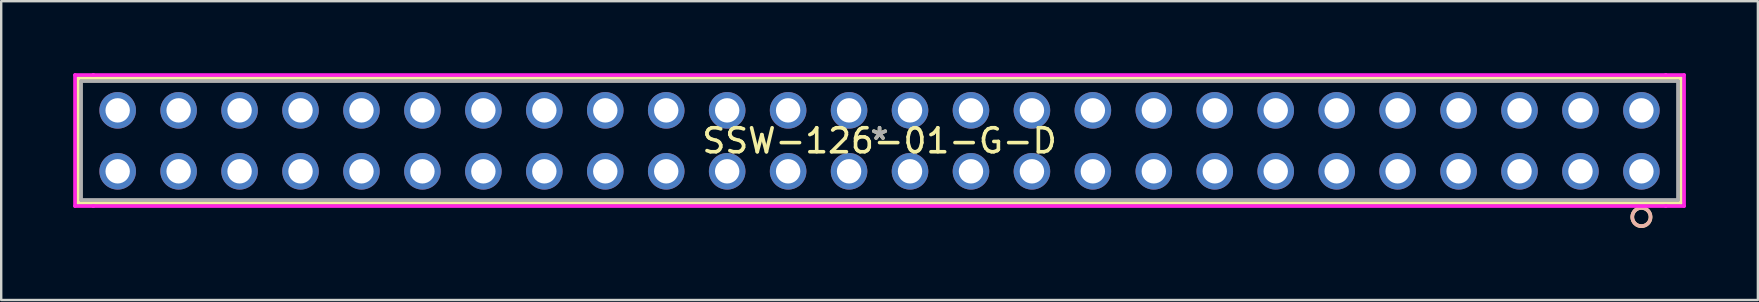
<source format=kicad_pcb>
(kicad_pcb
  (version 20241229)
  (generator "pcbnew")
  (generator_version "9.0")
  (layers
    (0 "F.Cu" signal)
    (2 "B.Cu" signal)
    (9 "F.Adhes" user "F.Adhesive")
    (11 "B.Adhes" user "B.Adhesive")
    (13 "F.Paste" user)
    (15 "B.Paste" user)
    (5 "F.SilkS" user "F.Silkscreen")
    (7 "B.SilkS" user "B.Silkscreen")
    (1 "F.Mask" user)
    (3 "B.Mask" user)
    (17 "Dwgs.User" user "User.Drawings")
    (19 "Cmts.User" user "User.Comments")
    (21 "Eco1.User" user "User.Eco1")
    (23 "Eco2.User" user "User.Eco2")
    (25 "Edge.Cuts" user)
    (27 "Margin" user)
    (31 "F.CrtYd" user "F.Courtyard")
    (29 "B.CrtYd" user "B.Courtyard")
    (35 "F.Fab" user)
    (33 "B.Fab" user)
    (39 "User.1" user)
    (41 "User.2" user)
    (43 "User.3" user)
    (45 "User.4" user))
  (footprint "SSW-126-01-G-D"
    (layer "F.Cu")
    (at 33.604 2.819)
    (property "Reference" "SSW-126-01-G-D" (at 0 0 0) (layer "F.SilkS") (effects (font (size 1 1) (thickness 0.15))))
    (attr through_hole)
    (fp_line (start -33.401 -2.616) (end -33.401 2.591) (stroke (width 0.152) (type solid)) (layer "F.SilkS"))
    (fp_line (start -33.401 2.591) (end 33.401 2.591) (stroke (width 0.152) (type solid)) (layer "F.SilkS"))
    (fp_line (start 33.401 -2.616) (end -33.401 -2.616) (stroke (width 0.152) (type solid)) (layer "F.SilkS"))
    (fp_line (start 33.401 2.591) (end 33.401 -2.616) (stroke (width 0.152) (type solid)) (layer "F.SilkS"))
    (fp_circle (center 31.75 3.175) (end 32.131 3.175) (stroke (width 0.152) (type solid)) (fill no) (layer "F.SilkS"))
    (fp_circle (center 31.75 3.175) (end 32.131 3.175) (stroke (width 0.152) (type solid)) (fill no) (layer "B.SilkS"))
    (fp_line (start -33.528 -2.743) (end -33.528 2.718) (stroke (width 0.152) (type solid)) (layer "F.CrtYd"))
    (fp_line (start -33.528 2.718) (end -32.766 2.718) (stroke (width 0.152) (type solid)) (layer "F.CrtYd"))
    (fp_line (start -32.766 -2.743) (end -33.528 -2.743) (stroke (width 0.152) (type solid)) (layer "F.CrtYd"))
    (fp_line (start -32.766 -2.743) (end -32.766 -2.743) (stroke (width 0.152) (type solid)) (layer "F.CrtYd"))
    (fp_line (start -32.766 2.718) (end -32.766 2.718) (stroke (width 0.152) (type solid)) (layer "F.CrtYd"))
    (fp_line (start -32.766 2.718) (end 32.766 2.718) (stroke (width 0.152) (type solid)) (layer "F.CrtYd"))
    (fp_line (start 32.766 -2.743) (end -32.766 -2.743) (stroke (width 0.152) (type solid)) (layer "F.CrtYd"))
    (fp_line (start 32.766 -2.743) (end 32.766 -2.743) (stroke (width 0.152) (type solid)) (layer "F.CrtYd"))
    (fp_line (start 32.766 2.718) (end 32.766 2.718) (stroke (width 0.152) (type solid)) (layer "F.CrtYd"))
    (fp_line (start 32.766 2.718) (end 33.528 2.718) (stroke (width 0.152) (type solid)) (layer "F.CrtYd"))
    (fp_line (start 33.528 -2.743) (end 32.766 -2.743) (stroke (width 0.152) (type solid)) (layer "F.CrtYd"))
    (fp_line (start 33.528 2.718) (end 33.528 -2.743) (stroke (width 0.152) (type solid)) (layer "F.CrtYd"))
    (fp_line (start -33.274 -2.489) (end -33.274 2.464) (stroke (width 0.152) (type solid)) (layer "F.Fab"))
    (fp_line (start -33.274 2.464) (end 33.274 2.464) (stroke (width 0.152) (type solid)) (layer "F.Fab"))
    (fp_line (start 33.274 -2.489) (end -33.274 -2.489) (stroke (width 0.152) (type solid)) (layer "F.Fab"))
    (fp_line (start 33.274 2.464) (end 33.274 -2.489) (stroke (width 0.152) (type solid)) (layer "F.Fab"))
    (fp_circle (center 31.75 1.27) (end 32.004 1.27) (stroke (width 0.152) (type solid)) (fill no) (layer "F.Fab"))
    (fp_text user "*" (at 0 0 0) (layer "F.SilkS") (effects (font (size 1 1) (thickness 0.15))))
    (fp_text user "Copyright 2016 Accelerated Designs. All rights reserved." (at 0 0 0) (layer "Cmts.User") (effects (font (size 0.127 0.127) (thickness 0.002))))
    (fp_text user "*" (at 0 0 0) (layer "F.Fab") (effects (font (size 1 1) (thickness 0.15))))
    (pad "1" thru_hole circle (at 31.75 1.27 90) (size 1.524 1.524) (drill 1.016) (layers "*.Cu" "*.Mask"))
    (pad "2" thru_hole circle (at 31.75 -1.27 90) (size 1.524 1.524) (drill 1.016) (layers "*.Cu" "*.Mask"))
    (pad "3" thru_hole circle (at 29.21 1.27 90) (size 1.524 1.524) (drill 1.016) (layers "*.Cu" "*.Mask"))
    (pad "4" thru_hole circle (at 29.21 -1.27 90) (size 1.524 1.524) (drill 1.016) (layers "*.Cu" "*.Mask"))
    (pad "5" thru_hole circle (at 26.67 1.27 90) (size 1.524 1.524) (drill 1.016) (layers "*.Cu" "*.Mask"))
    (pad "6" thru_hole circle (at 26.67 -1.27 90) (size 1.524 1.524) (drill 1.016) (layers "*.Cu" "*.Mask"))
    (pad "7" thru_hole circle (at 24.13 1.27 90) (size 1.524 1.524) (drill 1.016) (layers "*.Cu" "*.Mask"))
    (pad "8" thru_hole circle (at 24.13 -1.27 90) (size 1.524 1.524) (drill 1.016) (layers "*.Cu" "*.Mask"))
    (pad "9" thru_hole circle (at 21.59 1.27 90) (size 1.524 1.524) (drill 1.016) (layers "*.Cu" "*.Mask"))
    (pad "10" thru_hole circle (at 21.59 -1.27 90) (size 1.524 1.524) (drill 1.016) (layers "*.Cu" "*.Mask"))
    (pad "11" thru_hole circle (at 19.05 1.27 90) (size 1.524 1.524) (drill 1.016) (layers "*.Cu" "*.Mask"))
    (pad "12" thru_hole circle (at 19.05 -1.27 90) (size 1.524 1.524) (drill 1.016) (layers "*.Cu" "*.Mask"))
    (pad "13" thru_hole circle (at 16.51 1.27 90) (size 1.524 1.524) (drill 1.016) (layers "*.Cu" "*.Mask"))
    (pad "14" thru_hole circle (at 16.51 -1.27 90) (size 1.524 1.524) (drill 1.016) (layers "*.Cu" "*.Mask"))
    (pad "15" thru_hole circle (at 13.97 1.27 90) (size 1.524 1.524) (drill 1.016) (layers "*.Cu" "*.Mask"))
    (pad "16" thru_hole circle (at 13.97 -1.27 90) (size 1.524 1.524) (drill 1.016) (layers "*.Cu" "*.Mask"))
    (pad "17" thru_hole circle (at 11.43 1.27 90) (size 1.524 1.524) (drill 1.016) (layers "*.Cu" "*.Mask"))
    (pad "18" thru_hole circle (at 11.43 -1.27 90) (size 1.524 1.524) (drill 1.016) (layers "*.Cu" "*.Mask"))
    (pad "19" thru_hole circle (at 8.89 1.27 90) (size 1.524 1.524) (drill 1.016) (layers "*.Cu" "*.Mask"))
    (pad "20" thru_hole circle (at 8.89 -1.27 90) (size 1.524 1.524) (drill 1.016) (layers "*.Cu" "*.Mask"))
    (pad "21" thru_hole circle (at 6.35 1.27 90) (size 1.524 1.524) (drill 1.016) (layers "*.Cu" "*.Mask"))
    (pad "22" thru_hole circle (at 6.35 -1.27 90) (size 1.524 1.524) (drill 1.016) (layers "*.Cu" "*.Mask"))
    (pad "23" thru_hole circle (at 3.81 1.27 90) (size 1.524 1.524) (drill 1.016) (layers "*.Cu" "*.Mask"))
    (pad "24" thru_hole circle (at 3.81 -1.27 90) (size 1.524 1.524) (drill 1.016) (layers "*.Cu" "*.Mask"))
    (pad "25" thru_hole circle (at 1.27 1.27 90) (size 1.524 1.524) (drill 1.016) (layers "*.Cu" "*.Mask"))
    (pad "26" thru_hole circle (at 1.27 -1.27 90) (size 1.524 1.524) (drill 1.016) (layers "*.Cu" "*.Mask"))
    (pad "27" thru_hole circle (at -1.27 1.27 90) (size 1.524 1.524) (drill 1.016) (layers "*.Cu" "*.Mask"))
    (pad "28" thru_hole circle (at -1.27 -1.27 90) (size 1.524 1.524) (drill 1.016) (layers "*.Cu" "*.Mask"))
    (pad "29" thru_hole circle (at -3.81 1.27 90) (size 1.524 1.524) (drill 1.016) (layers "*.Cu" "*.Mask"))
    (pad "30" thru_hole circle (at -3.81 -1.27 90) (size 1.524 1.524) (drill 1.016) (layers "*.Cu" "*.Mask"))
    (pad "31" thru_hole circle (at -6.35 1.27 90) (size 1.524 1.524) (drill 1.016) (layers "*.Cu" "*.Mask"))
    (pad "32" thru_hole circle (at -6.35 -1.27 90) (size 1.524 1.524) (drill 1.016) (layers "*.Cu" "*.Mask"))
    (pad "33" thru_hole circle (at -8.89 1.27 90) (size 1.524 1.524) (drill 1.016) (layers "*.Cu" "*.Mask"))
    (pad "34" thru_hole circle (at -8.89 -1.27 90) (size 1.524 1.524) (drill 1.016) (layers "*.Cu" "*.Mask"))
    (pad "35" thru_hole circle (at -11.43 1.27 90) (size 1.524 1.524) (drill 1.016) (layers "*.Cu" "*.Mask"))
    (pad "36" thru_hole circle (at -11.43 -1.27 90) (size 1.524 1.524) (drill 1.016) (layers "*.Cu" "*.Mask"))
    (pad "37" thru_hole circle (at -13.97 1.27 90) (size 1.524 1.524) (drill 1.016) (layers "*.Cu" "*.Mask"))
    (pad "38" thru_hole circle (at -13.97 -1.27 90) (size 1.524 1.524) (drill 1.016) (layers "*.Cu" "*.Mask"))
    (pad "39" thru_hole circle (at -16.51 1.27 90) (size 1.524 1.524) (drill 1.016) (layers "*.Cu" "*.Mask"))
    (pad "40" thru_hole circle (at -16.51 -1.27 90) (size 1.524 1.524) (drill 1.016) (layers "*.Cu" "*.Mask"))
    (pad "41" thru_hole circle (at -19.05 1.27 90) (size 1.524 1.524) (drill 1.016) (layers "*.Cu" "*.Mask"))
    (pad "42" thru_hole circle (at -19.05 -1.27 90) (size 1.524 1.524) (drill 1.016) (layers "*.Cu" "*.Mask"))
    (pad "43" thru_hole circle (at -21.59 1.27 90) (size 1.524 1.524) (drill 1.016) (layers "*.Cu" "*.Mask"))
    (pad "44" thru_hole circle (at -21.59 -1.27 90) (size 1.524 1.524) (drill 1.016) (layers "*.Cu" "*.Mask"))
    (pad "45" thru_hole circle (at -24.13 1.27 90) (size 1.524 1.524) (drill 1.016) (layers "*.Cu" "*.Mask"))
    (pad "46" thru_hole circle (at -24.13 -1.27 90) (size 1.524 1.524) (drill 1.016) (layers "*.Cu" "*.Mask"))
    (pad "47" thru_hole circle (at -26.67 1.27 90) (size 1.524 1.524) (drill 1.016) (layers "*.Cu" "*.Mask"))
    (pad "48" thru_hole circle (at -26.67 -1.27 90) (size 1.524 1.524) (drill 1.016) (layers "*.Cu" "*.Mask"))
    (pad "49" thru_hole circle (at -29.21 1.27 90) (size 1.524 1.524) (drill 1.016) (layers "*.Cu" "*.Mask"))
    (pad "50" thru_hole circle (at -29.21 -1.27 90) (size 1.524 1.524) (drill 1.016) (layers "*.Cu" "*.Mask"))
    (pad "51" thru_hole circle (at -31.75 1.27 90) (size 1.524 1.524) (drill 1.016) (layers "*.Cu" "*.Mask"))
    (pad "52" thru_hole circle (at -31.75 -1.27 90) (size 1.524 1.524) (drill 1.016) (layers "*.Cu" "*.Mask")))
  (gr_rect
    (start -3 -3)
    (end 70.208 9.452)
    (stroke (width 0.1) (type default))
    (fill no)
    (layer "Edge.Cuts")))
</source>
